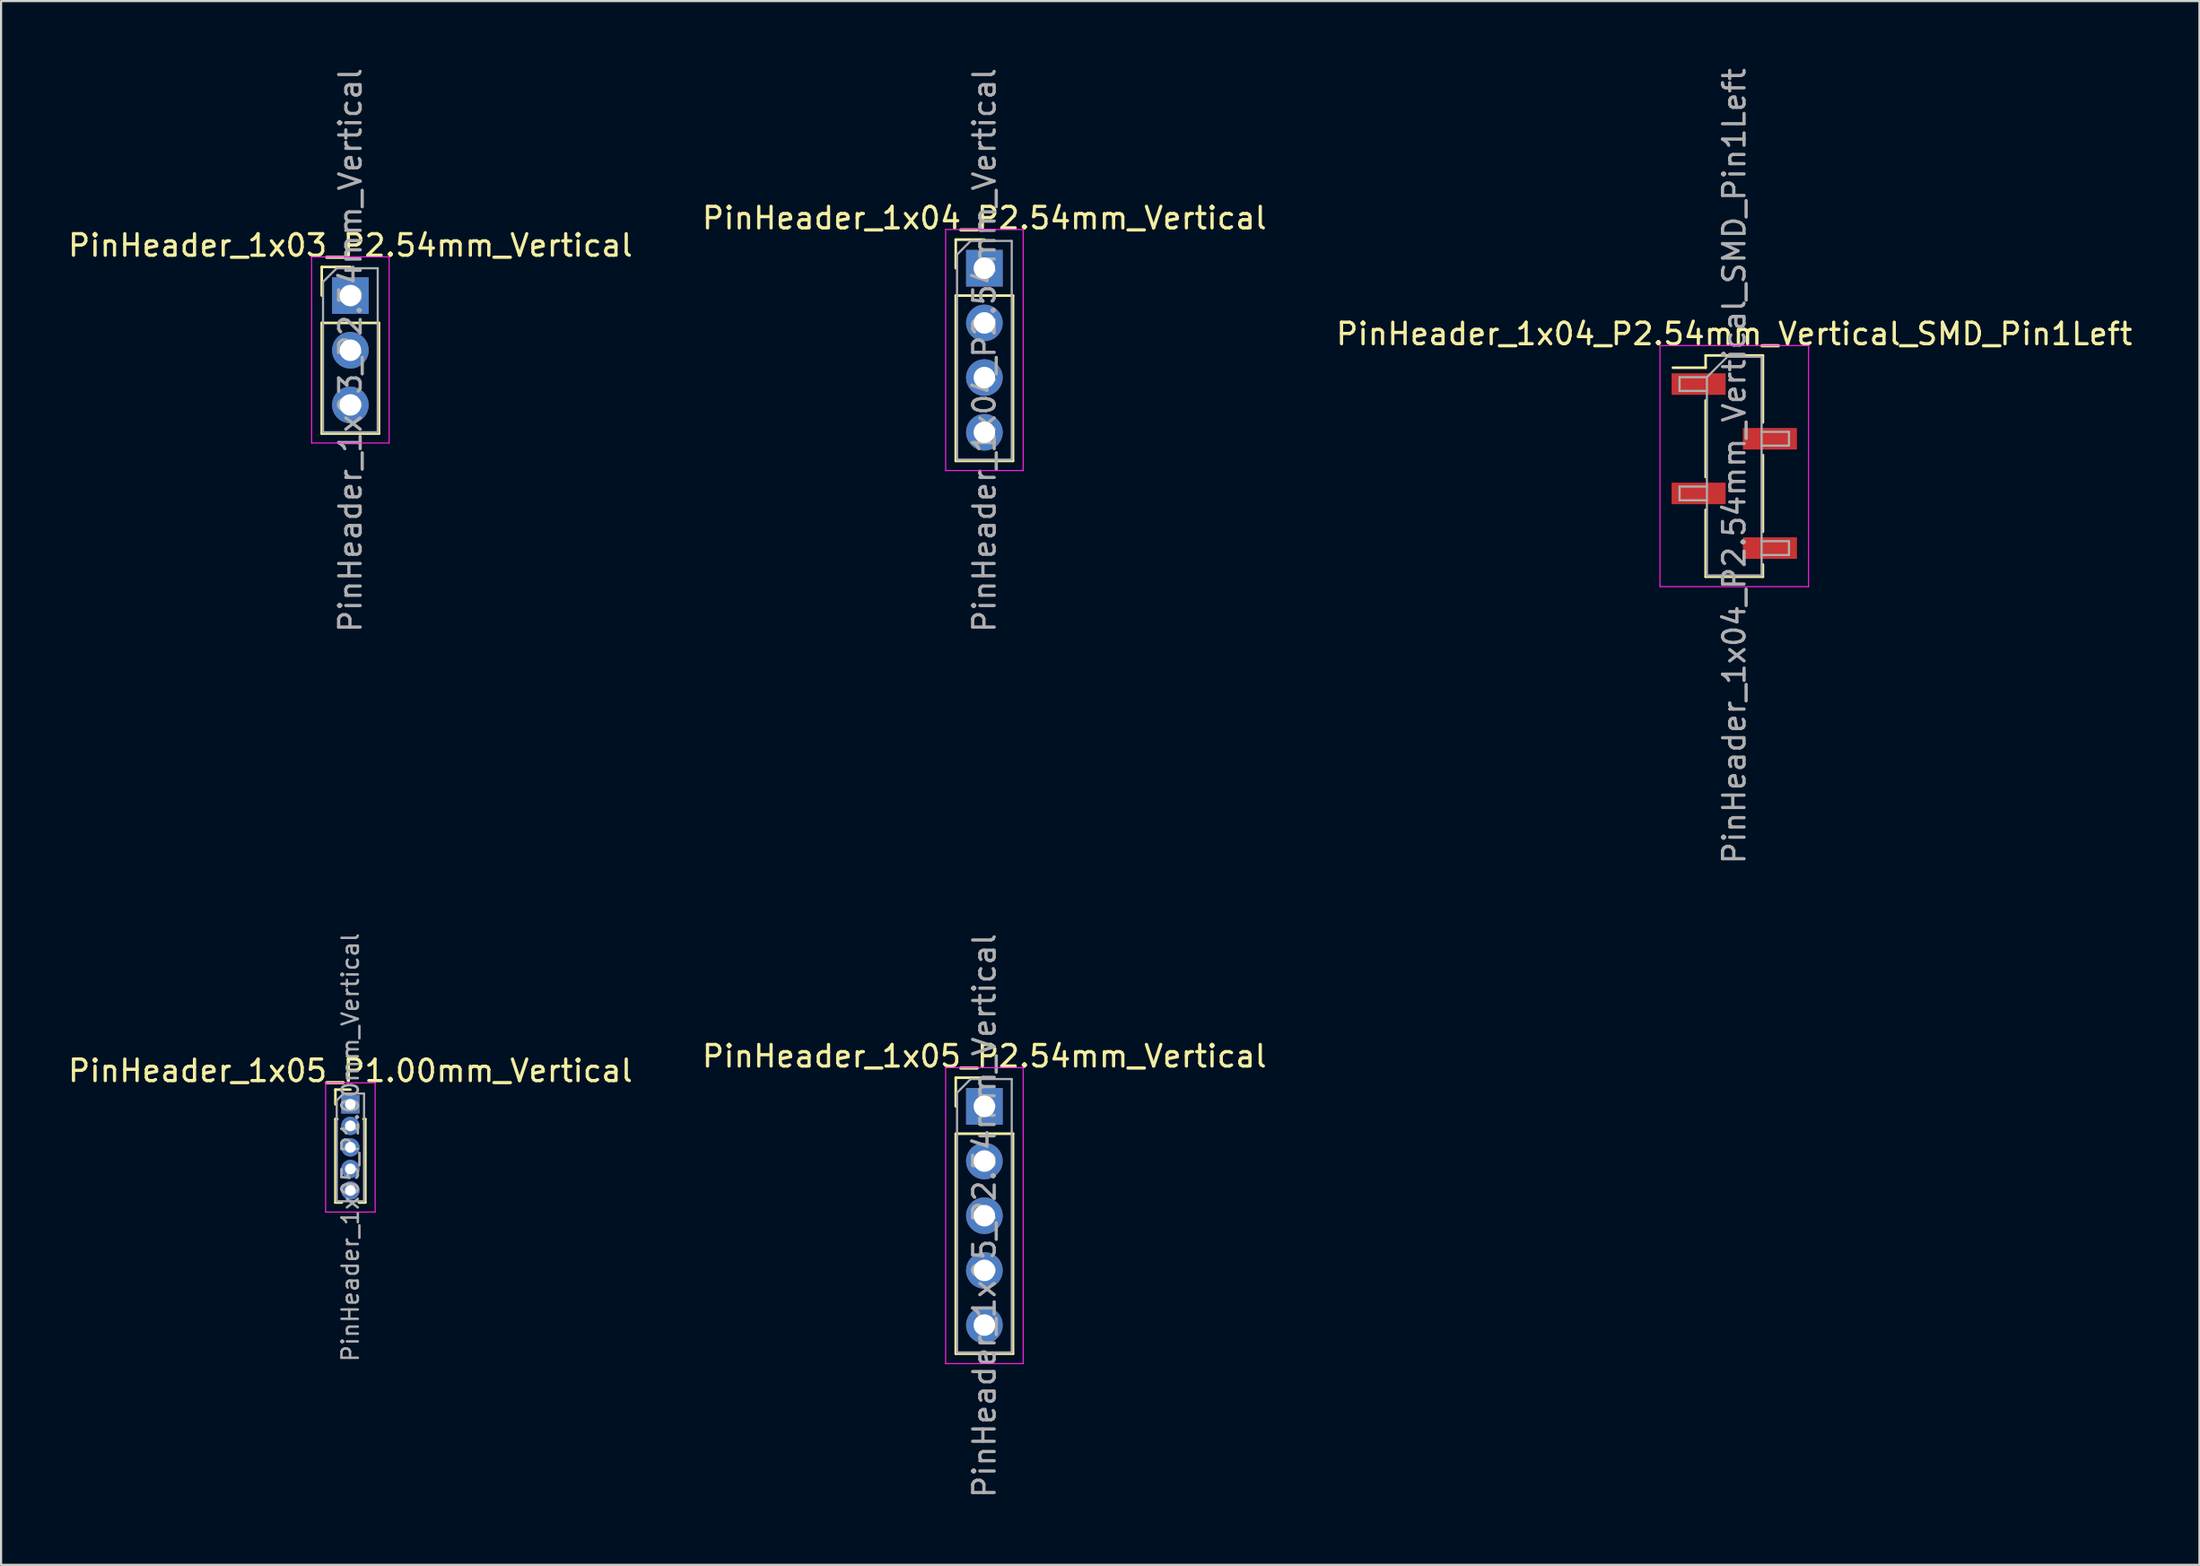
<source format=kicad_pcb>
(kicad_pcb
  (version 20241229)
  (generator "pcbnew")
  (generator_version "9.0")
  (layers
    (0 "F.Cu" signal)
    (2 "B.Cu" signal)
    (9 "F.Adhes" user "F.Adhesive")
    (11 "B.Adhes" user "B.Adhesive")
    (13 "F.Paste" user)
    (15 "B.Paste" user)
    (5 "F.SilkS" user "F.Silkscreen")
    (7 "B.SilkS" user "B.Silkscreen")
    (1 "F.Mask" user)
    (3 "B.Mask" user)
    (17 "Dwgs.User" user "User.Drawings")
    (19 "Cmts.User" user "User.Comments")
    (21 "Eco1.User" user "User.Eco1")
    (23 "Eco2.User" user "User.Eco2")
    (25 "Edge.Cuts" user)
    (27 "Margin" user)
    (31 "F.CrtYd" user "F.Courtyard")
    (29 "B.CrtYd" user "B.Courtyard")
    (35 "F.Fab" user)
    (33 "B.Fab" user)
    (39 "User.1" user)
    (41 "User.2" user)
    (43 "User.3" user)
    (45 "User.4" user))
  (footprint "PinHeader_1x04_P2.54mm_Vertical_SMD_Pin1Left"
    (layer "F.Cu")
    (at 77.482 18.601)
    (property "Reference" "PinHeader_1x04_P2.54mm_Vertical_SMD_Pin1Left" (at 0 -6.14 0) (layer "F.SilkS") (effects (font (size 1 1) (thickness 0.15))))
    (attr smd)
    (fp_line (start -1.33 -5.14) (end -1.33 -4.57) (stroke (width 0.12) (type solid)) (layer "F.SilkS"))
    (fp_line (start -1.33 -5.14) (end 1.33 -5.14) (stroke (width 0.12) (type solid)) (layer "F.SilkS"))
    (fp_line (start -1.33 -4.57) (end -2.85 -4.57) (stroke (width 0.12) (type solid)) (layer "F.SilkS"))
    (fp_line (start -1.33 -3.05) (end -1.33 0.51) (stroke (width 0.12) (type solid)) (layer "F.SilkS"))
    (fp_line (start -1.33 2.03) (end -1.33 5.14) (stroke (width 0.12) (type solid)) (layer "F.SilkS"))
    (fp_line (start -1.33 5.14) (end 1.33 5.14) (stroke (width 0.12) (type solid)) (layer "F.SilkS"))
    (fp_line (start 1.33 -5.14) (end 1.33 -2.03) (stroke (width 0.12) (type solid)) (layer "F.SilkS"))
    (fp_line (start 1.33 -0.51) (end 1.33 3.05) (stroke (width 0.12) (type solid)) (layer "F.SilkS"))
    (fp_line (start 1.33 4.57) (end 1.33 5.14) (stroke (width 0.12) (type solid)) (layer "F.SilkS"))
    (fp_line (start -3.45 -5.6) (end -3.45 5.6) (stroke (width 0.05) (type solid)) (layer "F.CrtYd"))
    (fp_line (start -3.45 5.6) (end 3.45 5.6) (stroke (width 0.05) (type solid)) (layer "F.CrtYd"))
    (fp_line (start 3.45 -5.6) (end -3.45 -5.6) (stroke (width 0.05) (type solid)) (layer "F.CrtYd"))
    (fp_line (start 3.45 5.6) (end 3.45 -5.6) (stroke (width 0.05) (type solid)) (layer "F.CrtYd"))
    (fp_line (start -2.54 -4.13) (end -2.54 -3.49) (stroke (width 0.1) (type solid)) (layer "F.Fab"))
    (fp_line (start -2.54 -3.49) (end -1.27 -3.49) (stroke (width 0.1) (type solid)) (layer "F.Fab"))
    (fp_line (start -2.54 0.95) (end -2.54 1.59) (stroke (width 0.1) (type solid)) (layer "F.Fab"))
    (fp_line (start -2.54 1.59) (end -1.27 1.59) (stroke (width 0.1) (type solid)) (layer "F.Fab"))
    (fp_line (start -1.27 -4.13) (end -2.54 -4.13) (stroke (width 0.1) (type solid)) (layer "F.Fab"))
    (fp_line (start -1.27 -4.13) (end -0.32 -5.08) (stroke (width 0.1) (type solid)) (layer "F.Fab"))
    (fp_line (start -1.27 0.95) (end -2.54 0.95) (stroke (width 0.1) (type solid)) (layer "F.Fab"))
    (fp_line (start -1.27 5.08) (end -1.27 -4.13) (stroke (width 0.1) (type solid)) (layer "F.Fab"))
    (fp_line (start -0.32 -5.08) (end 1.27 -5.08) (stroke (width 0.1) (type solid)) (layer "F.Fab"))
    (fp_line (start 1.27 -5.08) (end 1.27 5.08) (stroke (width 0.1) (type solid)) (layer "F.Fab"))
    (fp_line (start 1.27 -1.59) (end 2.54 -1.59) (stroke (width 0.1) (type solid)) (layer "F.Fab"))
    (fp_line (start 1.27 3.49) (end 2.54 3.49) (stroke (width 0.1) (type solid)) (layer "F.Fab"))
    (fp_line (start 1.27 5.08) (end -1.27 5.08) (stroke (width 0.1) (type solid)) (layer "F.Fab"))
    (fp_line (start 2.54 -1.59) (end 2.54 -0.95) (stroke (width 0.1) (type solid)) (layer "F.Fab"))
    (fp_line (start 2.54 -0.95) (end 1.27 -0.95) (stroke (width 0.1) (type solid)) (layer "F.Fab"))
    (fp_line (start 2.54 3.49) (end 2.54 4.13) (stroke (width 0.1) (type solid)) (layer "F.Fab"))
    (fp_line (start 2.54 4.13) (end 1.27 4.13) (stroke (width 0.1) (type solid)) (layer "F.Fab"))
    (fp_text user "${REFERENCE}" (at 0 0 90) (layer "F.Fab") (effects (font (size 1 1) (thickness 0.15))))
    (pad "1" smd rect (at -1.655 -3.81) (size 2.51 1) (layers "F.Cu" "F.Mask" "F.Paste"))
    (pad "2" smd rect (at 1.655 -1.27) (size 2.51 1) (layers "F.Cu" "F.Mask" "F.Paste"))
    (pad "3" smd rect (at -1.655 1.27) (size 2.51 1) (layers "F.Cu" "F.Mask" "F.Paste"))
    (pad "4" smd rect (at 1.655 3.81) (size 2.51 1) (layers "F.Cu" "F.Mask" "F.Paste")))
  (footprint "PinHeader_1x03_P2.54mm_Vertical"
    (layer "F.Cu")
    (at 13.22 10.68)
    (property "Reference" "PinHeader_1x03_P2.54mm_Vertical" (at 0 -2.33 0) (layer "F.SilkS") (effects (font (size 1 1) (thickness 0.15))))
    (attr through_hole)
    (fp_line (start -1.33 -1.33) (end 0 -1.33) (stroke (width 0.12) (type solid)) (layer "F.SilkS"))
    (fp_line (start -1.33 0) (end -1.33 -1.33) (stroke (width 0.12) (type solid)) (layer "F.SilkS"))
    (fp_line (start -1.33 1.27) (end -1.33 6.41) (stroke (width 0.12) (type solid)) (layer "F.SilkS"))
    (fp_line (start -1.33 1.27) (end 1.33 1.27) (stroke (width 0.12) (type solid)) (layer "F.SilkS"))
    (fp_line (start -1.33 6.41) (end 1.33 6.41) (stroke (width 0.12) (type solid)) (layer "F.SilkS"))
    (fp_line (start 1.33 1.27) (end 1.33 6.41) (stroke (width 0.12) (type solid)) (layer "F.SilkS"))
    (fp_line (start -1.8 -1.8) (end -1.8 6.85) (stroke (width 0.05) (type solid)) (layer "F.CrtYd"))
    (fp_line (start -1.8 6.85) (end 1.8 6.85) (stroke (width 0.05) (type solid)) (layer "F.CrtYd"))
    (fp_line (start 1.8 -1.8) (end -1.8 -1.8) (stroke (width 0.05) (type solid)) (layer "F.CrtYd"))
    (fp_line (start 1.8 6.85) (end 1.8 -1.8) (stroke (width 0.05) (type solid)) (layer "F.CrtYd"))
    (fp_line (start -1.27 -0.635) (end -0.635 -1.27) (stroke (width 0.1) (type solid)) (layer "F.Fab"))
    (fp_line (start -1.27 6.35) (end -1.27 -0.635) (stroke (width 0.1) (type solid)) (layer "F.Fab"))
    (fp_line (start -0.635 -1.27) (end 1.27 -1.27) (stroke (width 0.1) (type solid)) (layer "F.Fab"))
    (fp_line (start 1.27 -1.27) (end 1.27 6.35) (stroke (width 0.1) (type solid)) (layer "F.Fab"))
    (fp_line (start 1.27 6.35) (end -1.27 6.35) (stroke (width 0.1) (type solid)) (layer "F.Fab"))
    (fp_text user "${REFERENCE}" (at 0 2.54 90) (layer "F.Fab") (effects (font (size 1 1) (thickness 0.15))))
    (pad "1" thru_hole rect (at 0 0) (size 1.7 1.7) (drill 1) (layers "*.Cu" "*.Mask"))
    (pad "2" thru_hole oval (at 0 2.54) (size 1.7 1.7) (drill 1) (layers "*.Cu" "*.Mask"))
    (pad "3" thru_hole oval (at 0 5.08) (size 1.7 1.7) (drill 1) (layers "*.Cu" "*.Mask")))
  (footprint "PinHeader_1x05_P1.00mm_Vertical"
    (layer "F.Cu")
    (at 13.22 48.25)
    (property "Reference" "PinHeader_1x05_P1.00mm_Vertical" (at 0 -1.56 0) (layer "F.SilkS") (effects (font (size 1 1) (thickness 0.15))))
    (attr through_hole)
    (fp_line (start -0.695 -0.685) (end 0 -0.685) (stroke (width 0.12) (type solid)) (layer "F.SilkS"))
    (fp_line (start -0.695 0) (end -0.695 -0.685) (stroke (width 0.12) (type solid)) (layer "F.SilkS"))
    (fp_line (start -0.695 0.685) (end -0.695 4.56) (stroke (width 0.12) (type solid)) (layer "F.SilkS"))
    (fp_line (start -0.695 0.685) (end -0.608 0.685) (stroke (width 0.12) (type solid)) (layer "F.SilkS"))
    (fp_line (start -0.695 4.56) (end -0.394 4.56) (stroke (width 0.12) (type solid)) (layer "F.SilkS"))
    (fp_line (start 0.394 4.56) (end 0.695 4.56) (stroke (width 0.12) (type solid)) (layer "F.SilkS"))
    (fp_line (start 0.608 0.685) (end 0.695 0.685) (stroke (width 0.12) (type solid)) (layer "F.SilkS"))
    (fp_line (start 0.695 0.685) (end 0.695 4.56) (stroke (width 0.12) (type solid)) (layer "F.SilkS"))
    (fp_line (start -1.15 -1) (end -1.15 5) (stroke (width 0.05) (type solid)) (layer "F.CrtYd"))
    (fp_line (start -1.15 5) (end 1.15 5) (stroke (width 0.05) (type solid)) (layer "F.CrtYd"))
    (fp_line (start 1.15 -1) (end -1.15 -1) (stroke (width 0.05) (type solid)) (layer "F.CrtYd"))
    (fp_line (start 1.15 5) (end 1.15 -1) (stroke (width 0.05) (type solid)) (layer "F.CrtYd"))
    (fp_line (start -0.635 -0.182) (end -0.318 -0.5) (stroke (width 0.1) (type solid)) (layer "F.Fab"))
    (fp_line (start -0.635 4.5) (end -0.635 -0.182) (stroke (width 0.1) (type solid)) (layer "F.Fab"))
    (fp_line (start -0.318 -0.5) (end 0.635 -0.5) (stroke (width 0.1) (type solid)) (layer "F.Fab"))
    (fp_line (start 0.635 -0.5) (end 0.635 4.5) (stroke (width 0.1) (type solid)) (layer "F.Fab"))
    (fp_line (start 0.635 4.5) (end -0.635 4.5) (stroke (width 0.1) (type solid)) (layer "F.Fab"))
    (fp_text user "${REFERENCE}" (at 0 2 90) (layer "F.Fab") (effects (font (size 0.76 0.76) (thickness 0.114))))
    (pad "1" thru_hole rect (at 0 0) (size 0.85 0.85) (drill 0.5) (layers "*.Cu" "*.Mask"))
    (pad "2" thru_hole oval (at 0 1) (size 0.85 0.85) (drill 0.5) (layers "*.Cu" "*.Mask"))
    (pad "3" thru_hole oval (at 0 2) (size 0.85 0.85) (drill 0.5) (layers "*.Cu" "*.Mask"))
    (pad "4" thru_hole oval (at 0 3) (size 0.85 0.85) (drill 0.5) (layers "*.Cu" "*.Mask"))
    (pad "5" thru_hole oval (at 0 4) (size 0.85 0.85) (drill 0.5) (layers "*.Cu" "*.Mask")))
  (footprint "PinHeader_1x05_P2.54mm_Vertical"
    (layer "F.Cu")
    (at 42.661 48.343)
    (property "Reference" "PinHeader_1x05_P2.54mm_Vertical" (at 0 -2.33 180) (layer "F.SilkS") (effects (font (size 1 1) (thickness 0.15))))
    (attr through_hole)
    (fp_line (start -1.33 -1.33) (end 0 -1.33) (stroke (width 0.12) (type solid)) (layer "F.SilkS"))
    (fp_line (start -1.33 0) (end -1.33 -1.33) (stroke (width 0.12) (type solid)) (layer "F.SilkS"))
    (fp_line (start -1.33 1.27) (end -1.33 11.49) (stroke (width 0.12) (type solid)) (layer "F.SilkS"))
    (fp_line (start -1.33 1.27) (end 1.33 1.27) (stroke (width 0.12) (type solid)) (layer "F.SilkS"))
    (fp_line (start -1.33 11.49) (end 1.33 11.49) (stroke (width 0.12) (type solid)) (layer "F.SilkS"))
    (fp_line (start 1.33 1.27) (end 1.33 11.49) (stroke (width 0.12) (type solid)) (layer "F.SilkS"))
    (fp_line (start -1.8 -1.8) (end -1.8 11.95) (stroke (width 0.05) (type solid)) (layer "F.CrtYd"))
    (fp_line (start -1.8 11.95) (end 1.8 11.95) (stroke (width 0.05) (type solid)) (layer "F.CrtYd"))
    (fp_line (start 1.8 -1.8) (end -1.8 -1.8) (stroke (width 0.05) (type solid)) (layer "F.CrtYd"))
    (fp_line (start 1.8 11.95) (end 1.8 -1.8) (stroke (width 0.05) (type solid)) (layer "F.CrtYd"))
    (fp_line (start -1.27 -0.635) (end -0.635 -1.27) (stroke (width 0.1) (type solid)) (layer "F.Fab"))
    (fp_line (start -1.27 11.43) (end -1.27 -0.635) (stroke (width 0.1) (type solid)) (layer "F.Fab"))
    (fp_line (start -0.635 -1.27) (end 1.27 -1.27) (stroke (width 0.1) (type solid)) (layer "F.Fab"))
    (fp_line (start 1.27 -1.27) (end 1.27 11.43) (stroke (width 0.1) (type solid)) (layer "F.Fab"))
    (fp_line (start 1.27 11.43) (end -1.27 11.43) (stroke (width 0.1) (type solid)) (layer "F.Fab"))
    (fp_text user "${REFERENCE}" (at 0 5.08 270) (layer "F.Fab") (effects (font (size 1 1) (thickness 0.15))))
    (pad "1" thru_hole rect (at 0 0) (size 1.7 1.7) (drill 1) (layers "*.Cu" "*.Mask"))
    (pad "2" thru_hole oval (at 0 2.54) (size 1.7 1.7) (drill 1) (layers "*.Cu" "*.Mask"))
    (pad "3" thru_hole oval (at 0 5.08) (size 1.7 1.7) (drill 1) (layers "*.Cu" "*.Mask"))
    (pad "4" thru_hole oval (at 0 7.62) (size 1.7 1.7) (drill 1) (layers "*.Cu" "*.Mask"))
    (pad "5" thru_hole oval (at 0 10.16) (size 1.7 1.7) (drill 1) (layers "*.Cu" "*.Mask")))
  (footprint "PinHeader_1x04_P2.54mm_Vertical"
    (layer "F.Cu")
    (at 42.661 9.41)
    (property "Reference" "PinHeader_1x04_P2.54mm_Vertical" (at 0 -2.33 0) (layer "F.SilkS") (effects (font (size 1 1) (thickness 0.15))))
    (attr through_hole)
    (fp_line (start -1.33 -1.33) (end 0 -1.33) (stroke (width 0.12) (type solid)) (layer "F.SilkS"))
    (fp_line (start -1.33 0) (end -1.33 -1.33) (stroke (width 0.12) (type solid)) (layer "F.SilkS"))
    (fp_line (start -1.33 1.27) (end -1.33 8.95) (stroke (width 0.12) (type solid)) (layer "F.SilkS"))
    (fp_line (start -1.33 1.27) (end 1.33 1.27) (stroke (width 0.12) (type solid)) (layer "F.SilkS"))
    (fp_line (start -1.33 8.95) (end 1.33 8.95) (stroke (width 0.12) (type solid)) (layer "F.SilkS"))
    (fp_line (start 1.33 1.27) (end 1.33 8.95) (stroke (width 0.12) (type solid)) (layer "F.SilkS"))
    (fp_line (start -1.8 -1.8) (end -1.8 9.4) (stroke (width 0.05) (type solid)) (layer "F.CrtYd"))
    (fp_line (start -1.8 9.4) (end 1.8 9.4) (stroke (width 0.05) (type solid)) (layer "F.CrtYd"))
    (fp_line (start 1.8 -1.8) (end -1.8 -1.8) (stroke (width 0.05) (type solid)) (layer "F.CrtYd"))
    (fp_line (start 1.8 9.4) (end 1.8 -1.8) (stroke (width 0.05) (type solid)) (layer "F.CrtYd"))
    (fp_line (start -1.27 -0.635) (end -0.635 -1.27) (stroke (width 0.1) (type solid)) (layer "F.Fab"))
    (fp_line (start -1.27 8.89) (end -1.27 -0.635) (stroke (width 0.1) (type solid)) (layer "F.Fab"))
    (fp_line (start -0.635 -1.27) (end 1.27 -1.27) (stroke (width 0.1) (type solid)) (layer "F.Fab"))
    (fp_line (start 1.27 -1.27) (end 1.27 8.89) (stroke (width 0.1) (type solid)) (layer "F.Fab"))
    (fp_line (start 1.27 8.89) (end -1.27 8.89) (stroke (width 0.1) (type solid)) (layer "F.Fab"))
    (fp_text user "${REFERENCE}" (at 0 3.81 90) (layer "F.Fab") (effects (font (size 1 1) (thickness 0.15))))
    (pad "1" thru_hole rect (at 0 0) (size 1.7 1.7) (drill 1) (layers "*.Cu" "*.Mask"))
    (pad "2" thru_hole oval (at 0 2.54) (size 1.7 1.7) (drill 1) (layers "*.Cu" "*.Mask"))
    (pad "3" thru_hole oval (at 0 5.08) (size 1.7 1.7) (drill 1) (layers "*.Cu" "*.Mask"))
    (pad "4" thru_hole oval (at 0 7.62) (size 1.7 1.7) (drill 1) (layers "*.Cu" "*.Mask")))
  (gr_rect
    (start -3 -3)
    (end 99.083 69.643)
    (stroke (width 0.1) (type default))
    (fill no)
    (layer "Edge.Cuts")))
</source>
